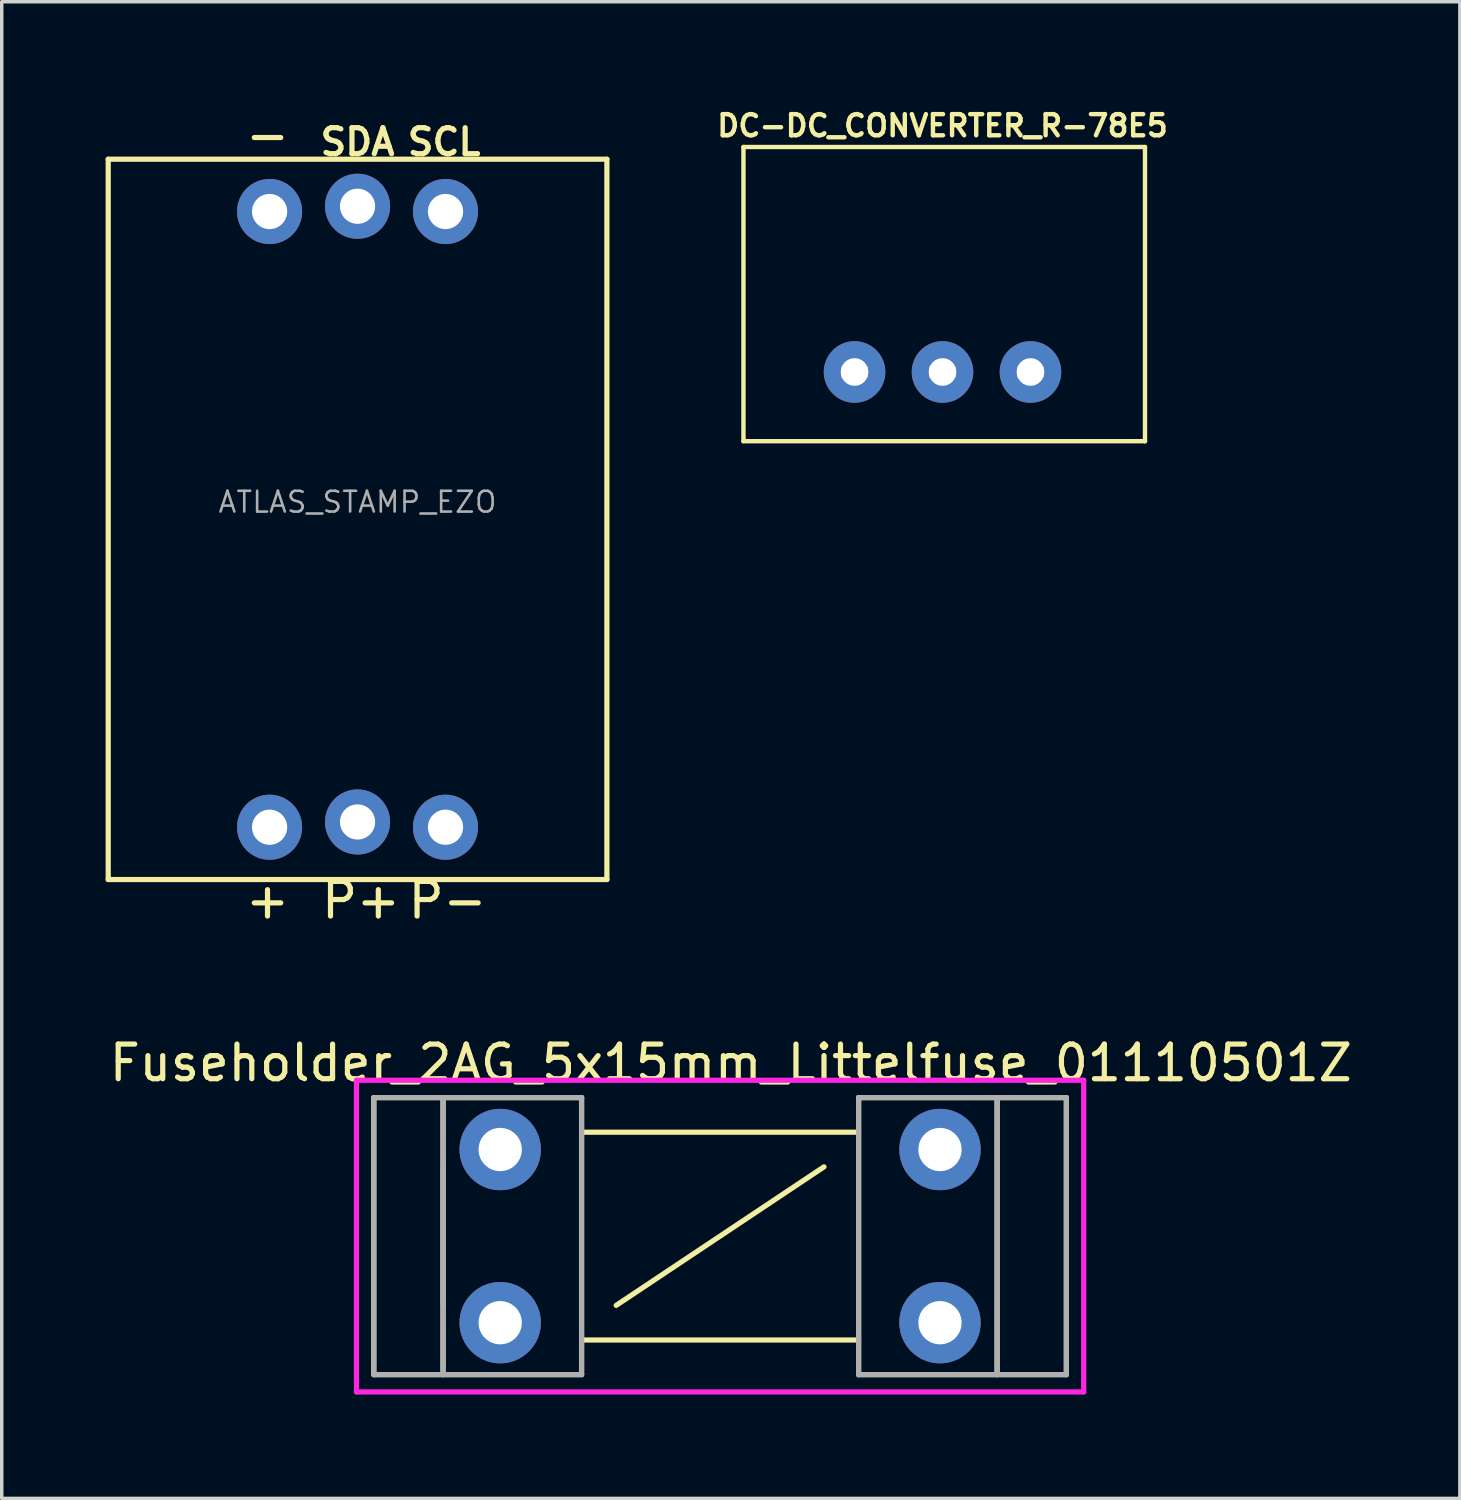
<source format=kicad_pcb>
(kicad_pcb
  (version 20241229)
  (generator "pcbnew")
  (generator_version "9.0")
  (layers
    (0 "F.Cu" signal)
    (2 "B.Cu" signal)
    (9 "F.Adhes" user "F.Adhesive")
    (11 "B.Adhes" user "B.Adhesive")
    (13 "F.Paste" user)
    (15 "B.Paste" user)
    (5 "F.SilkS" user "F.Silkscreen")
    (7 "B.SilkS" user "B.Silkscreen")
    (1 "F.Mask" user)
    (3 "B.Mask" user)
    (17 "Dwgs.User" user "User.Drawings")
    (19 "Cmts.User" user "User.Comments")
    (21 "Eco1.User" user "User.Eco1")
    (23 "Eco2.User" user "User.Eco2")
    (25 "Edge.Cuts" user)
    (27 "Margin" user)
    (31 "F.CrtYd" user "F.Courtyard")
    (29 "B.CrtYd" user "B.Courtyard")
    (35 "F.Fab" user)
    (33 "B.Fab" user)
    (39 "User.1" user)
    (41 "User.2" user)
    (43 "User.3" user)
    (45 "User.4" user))
  (footprint "Fuseholder_2AG_5x15mm_Littelfuse_01110501Z"
    (layer "F.Cu")
    (at 17.744 32.645)
    (property "Reference" "Fuseholder_2AG_5x15mm_Littelfuse_01110501Z" (at 0.31 -5 0) (layer "F.SilkS") (effects (font (size 1 1) (thickness 0.15))))
    (attr through_hole)
    (fp_line (start -10 -4) (end -4 -4) (stroke (width 0.15) (type solid)) (layer "F.SilkS"))
    (fp_line (start -10 4) (end -10 -4) (stroke (width 0.15) (type solid)) (layer "F.SilkS"))
    (fp_line (start -8 -4) (end -8 4) (stroke (width 0.15) (type solid)) (layer "F.SilkS"))
    (fp_line (start -4 3) (end 4 3) (stroke (width 0.15) (type solid)) (layer "F.SilkS"))
    (fp_line (start -4 4) (end -10 4) (stroke (width 0.15) (type solid)) (layer "F.SilkS"))
    (fp_line (start -4 4) (end -4 -4) (stroke (width 0.15) (type solid)) (layer "F.SilkS"))
    (fp_line (start -3 2) (end 3 -2) (stroke (width 0.15) (type solid)) (layer "F.SilkS"))
    (fp_line (start 4 -4) (end 4 4) (stroke (width 0.15) (type solid)) (layer "F.SilkS"))
    (fp_line (start 4 -4) (end 10 -4) (stroke (width 0.15) (type solid)) (layer "F.SilkS"))
    (fp_line (start 4 -3) (end -4 -3) (stroke (width 0.15) (type solid)) (layer "F.SilkS"))
    (fp_line (start 8 -4) (end 8 4) (stroke (width 0.15) (type solid)) (layer "F.SilkS"))
    (fp_line (start 10 -4) (end 10 4) (stroke (width 0.15) (type solid)) (layer "F.SilkS"))
    (fp_line (start 10 4) (end 4 4) (stroke (width 0.15) (type solid)) (layer "F.SilkS"))
    (fp_line (start -10.5 -4.5) (end -10.5 4.5) (stroke (width 0.15) (type solid)) (layer "F.CrtYd"))
    (fp_line (start -10.5 4.5) (end 10.5 4.5) (stroke (width 0.15) (type solid)) (layer "F.CrtYd"))
    (fp_line (start 10.5 -4.5) (end -10.5 -4.5) (stroke (width 0.15) (type solid)) (layer "F.CrtYd"))
    (fp_line (start 10.5 4.5) (end 10.5 -4.5) (stroke (width 0.15) (type solid)) (layer "F.CrtYd"))
    (fp_line (start -10 -4) (end -4 -4) (stroke (width 0.15) (type solid)) (layer "F.Fab"))
    (fp_line (start -10 4) (end -10 -4) (stroke (width 0.15) (type solid)) (layer "F.Fab"))
    (fp_line (start -8 -4) (end -8 4) (stroke (width 0.15) (type solid)) (layer "F.Fab"))
    (fp_line (start -8 -2) (end -8 2) (stroke (width 0.15) (type solid)) (layer "F.Fab"))
    (fp_line (start -4 -4) (end -4 4) (stroke (width 0.15) (type solid)) (layer "F.Fab"))
    (fp_line (start -4 4) (end -10 4) (stroke (width 0.15) (type solid)) (layer "F.Fab"))
    (fp_line (start 4 -4) (end 4 4) (stroke (width 0.15) (type solid)) (layer "F.Fab"))
    (fp_line (start 4 4) (end 10 4) (stroke (width 0.15) (type solid)) (layer "F.Fab"))
    (fp_line (start 8 -4) (end 8 4) (stroke (width 0.15) (type solid)) (layer "F.Fab"))
    (fp_line (start 10 -4) (end 4 -4) (stroke (width 0.15) (type solid)) (layer "F.Fab"))
    (fp_line (start 10 4) (end 10 -4) (stroke (width 0.15) (type solid)) (layer "F.Fab"))
    (pad "1" thru_hole circle (at -6.35 -2.5) (size 2.35 2.35) (drill 1.25) (layers "*.Cu" "*.Mask"))
    (pad "1" thru_hole circle (at -6.35 2.5) (size 2.35 2.35) (drill 1.25) (layers "*.Cu" "*.Mask"))
    (pad "2" thru_hole circle (at 6.35 -2.5) (size 2.35 2.35) (drill 1.25) (layers "*.Cu" "*.Mask"))
    (pad "2" thru_hole circle (at 6.35 2.5) (size 2.35 2.35) (drill 1.25) (layers "*.Cu" "*.Mask")))
  (footprint "DC-DC_CONVERTER_R-78E5"
    (layer "F.Cu")
    (at 24.167 7.692)
    (property "Reference" "DC-DC_CONVERTER_R-78E5" (at 0 -7.112 0) (layer "F.SilkS") (effects (font (size 0.61 0.61) (thickness 0.127))))
    (attr exclude_from_pos_files exclude_from_bom)
    (fp_line (start -5.748 -6.497) (end -5.748 1.999) (stroke (width 0.127) (type solid)) (layer "F.SilkS"))
    (fp_line (start -5.748 1.999) (end 5.847 1.999) (stroke (width 0.127) (type solid)) (layer "F.SilkS"))
    (fp_line (start 5.847 -6.497) (end -5.748 -6.497) (stroke (width 0.127) (type solid)) (layer "F.SilkS"))
    (fp_line (start 5.847 1.999) (end 5.847 -6.497) (stroke (width 0.127) (type solid)) (layer "F.SilkS"))
    (fp_line (start -2.891 -0.122) (end -2.189 -0.122) (stroke (width 0.066) (type solid)) (layer "Dwgs.User"))
    (fp_line (start -2.891 0.124) (end -2.891 -0.122) (stroke (width 0.066) (type solid)) (layer "Dwgs.User"))
    (fp_line (start -2.891 0.124) (end -2.189 0.124) (stroke (width 0.066) (type solid)) (layer "Dwgs.User"))
    (fp_line (start -2.189 0.124) (end -2.189 -0.122) (stroke (width 0.066) (type solid)) (layer "Dwgs.User"))
    (fp_line (start -0.351 -0.122) (end 0.348 -0.122) (stroke (width 0.066) (type solid)) (layer "Dwgs.User"))
    (fp_line (start -0.351 0.124) (end -0.351 -0.122) (stroke (width 0.066) (type solid)) (layer "Dwgs.User"))
    (fp_line (start -0.351 0.124) (end 0.348 0.124) (stroke (width 0.066) (type solid)) (layer "Dwgs.User"))
    (fp_line (start 0.348 0.124) (end 0.348 -0.122) (stroke (width 0.066) (type solid)) (layer "Dwgs.User"))
    (fp_line (start 2.187 -0.122) (end 2.888 -0.122) (stroke (width 0.066) (type solid)) (layer "Dwgs.User"))
    (fp_line (start 2.187 0.124) (end 2.187 -0.122) (stroke (width 0.066) (type solid)) (layer "Dwgs.User"))
    (fp_line (start 2.187 0.124) (end 2.888 0.124) (stroke (width 0.066) (type solid)) (layer "Dwgs.User"))
    (fp_line (start 2.888 0.124) (end 2.888 -0.122) (stroke (width 0.066) (type solid)) (layer "Dwgs.User"))
    (pad "GND" thru_hole circle (at 0 0) (size 1.778 1.778) (drill 0.798) (layers "*.Cu" "*.Mask"))
    (pad "VIN" thru_hole circle (at -2.54 0) (size 1.778 1.778) (drill 0.798) (layers "*.Cu" "*.Mask"))
    (pad "VOUT" thru_hole circle (at 2.54 0) (size 1.778 1.778) (drill 0.798) (layers "*.Cu" "*.Mask")))
  (footprint "ATLAS_STAMP_EZO"
    (layer "F.Cu")
    (at 7.275 11.948)
    (property "Reference" "ATLAS_STAMP_EZO" (at 0 -0.5 0) (layer "F.Fab") (effects (font (size 0.6 0.6) (thickness 0.075))))
    (attr through_hole)
    (fp_line (start -7.2 -10.4) (end 7.2 -10.4) (stroke (width 0.15) (type solid)) (layer "F.SilkS"))
    (fp_line (start -7.2 10.4) (end -7.2 -10.4) (stroke (width 0.15) (type solid)) (layer "F.SilkS"))
    (fp_line (start 7.2 -10.4) (end 7.2 10.4) (stroke (width 0.15) (type solid)) (layer "F.SilkS"))
    (fp_line (start 7.2 10.4) (end -7.2 10.4) (stroke (width 0.15) (type solid)) (layer "F.SilkS"))
    (fp_line (start -7 -10.25) (end 7 -10.25) (stroke (width 0.15) (type solid)) (layer "Eco2.User"))
    (fp_line (start -7 10.25) (end -7 -10.25) (stroke (width 0.15) (type solid)) (layer "Eco2.User"))
    (fp_line (start -3.81 -10.16) (end -3.81 -7.62) (stroke (width 0.15) (type solid)) (layer "Eco2.User"))
    (fp_line (start -3.81 -10.16) (end 3.81 -10.16) (stroke (width 0.15) (type solid)) (layer "Eco2.User"))
    (fp_line (start -3.81 -7.62) (end 3.81 -7.62) (stroke (width 0.15) (type solid)) (layer "Eco2.User"))
    (fp_line (start -3.81 7.62) (end -3.81 10.16) (stroke (width 0.15) (type solid)) (layer "Eco2.User"))
    (fp_line (start -3.81 7.62) (end 3.81 7.62) (stroke (width 0.15) (type solid)) (layer "Eco2.User"))
    (fp_line (start -3.81 10.16) (end 3.81 10.16) (stroke (width 0.15) (type solid)) (layer "Eco2.User"))
    (fp_line (start 3.81 -10.16) (end 3.81 -7.62) (stroke (width 0.15) (type solid)) (layer "Eco2.User"))
    (fp_line (start 3.81 7.62) (end 3.81 10.16) (stroke (width 0.15) (type solid)) (layer "Eco2.User"))
    (fp_line (start 7 -10.25) (end 7 10.25) (stroke (width 0.15) (type solid)) (layer "Eco2.User"))
    (fp_line (start 7 10.25) (end -7 10.25) (stroke (width 0.15) (type solid)) (layer "Eco2.User"))
    (fp_text user "SCL" (at 2.5 -10.9 0) (layer "F.SilkS") (effects (font (size 0.75 0.75) (thickness 0.15))))
    (fp_text user "+" (at -2.6 11 0) (layer "F.SilkS") (effects (font (size 1 1) (thickness 0.15))))
    (fp_text user "P-" (at 2.6 11 0) (layer "F.SilkS") (effects (font (size 1 1) (thickness 0.15))))
    (fp_text user "P+" (at 0.1 11 0) (layer "F.SilkS") (effects (font (size 1 1) (thickness 0.15))))
    (fp_text user "-" (at -2.6 -11.1 0) (layer "F.SilkS") (effects (font (size 1 1) (thickness 0.15))))
    (fp_text user "SDA" (at 0 -10.9 0) (layer "F.SilkS") (effects (font (size 0.75 0.75) (thickness 0.15))))
    (pad "1" thru_hole circle (at -2.54 -8.89) (size 1.88 1.88) (drill 1.016) (layers "*.Cu" "*.Mask"))
    (pad "2" thru_hole circle (at 0 -9.042) (size 1.88 1.88) (drill 1.016) (layers "*.Cu" "*.Mask"))
    (pad "3" thru_hole circle (at 2.54 -8.89) (size 1.88 1.88) (drill 1.016) (layers "*.Cu" "*.Mask"))
    (pad "4" thru_hole circle (at -2.54 8.89) (size 1.88 1.88) (drill 1.016) (layers "*.Cu" "*.Mask"))
    (pad "5" thru_hole circle (at 0 8.738) (size 1.88 1.88) (drill 1.016) (layers "*.Cu" "*.Mask"))
    (pad "6" thru_hole circle (at 2.54 8.89) (size 1.88 1.88) (drill 1.016) (layers "*.Cu" "*.Mask")))
  (gr_rect
    (start -3 -3)
    (end 39.107 40.22)
    (stroke (width 0.1) (type default))
    (fill no)
    (layer "Edge.Cuts")))
</source>
